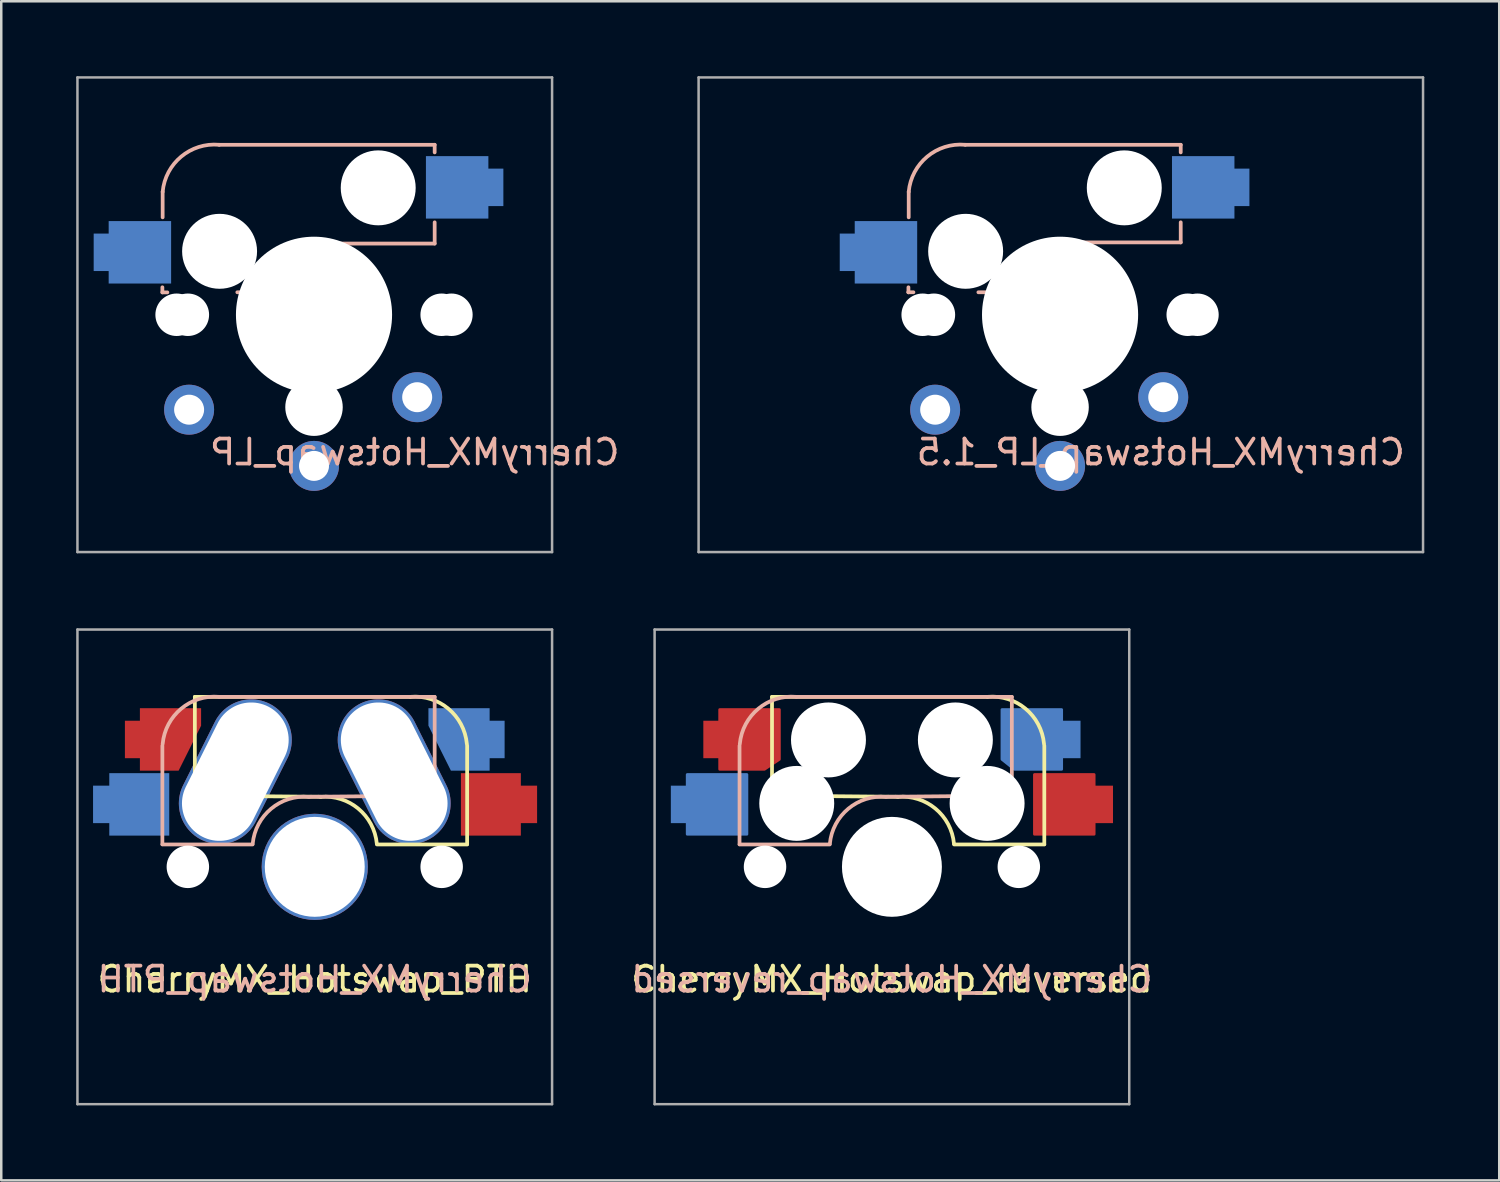
<source format=kicad_pcb>
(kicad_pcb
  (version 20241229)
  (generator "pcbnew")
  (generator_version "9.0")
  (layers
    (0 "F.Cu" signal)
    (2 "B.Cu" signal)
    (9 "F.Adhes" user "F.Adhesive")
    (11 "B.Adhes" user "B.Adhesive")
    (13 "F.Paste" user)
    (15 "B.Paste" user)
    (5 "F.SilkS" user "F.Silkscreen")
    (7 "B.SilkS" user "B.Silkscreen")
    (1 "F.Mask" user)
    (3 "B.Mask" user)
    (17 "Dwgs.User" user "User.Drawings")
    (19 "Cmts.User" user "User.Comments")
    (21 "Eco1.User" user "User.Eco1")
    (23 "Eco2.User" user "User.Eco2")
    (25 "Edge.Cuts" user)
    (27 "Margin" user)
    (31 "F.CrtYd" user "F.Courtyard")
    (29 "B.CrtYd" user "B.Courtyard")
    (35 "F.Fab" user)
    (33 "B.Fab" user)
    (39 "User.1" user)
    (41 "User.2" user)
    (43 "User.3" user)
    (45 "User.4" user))
  (footprint "CherryMX_Hotswap_LP_1.5"
    (layer "F.Cu")
    (at 39.415 9.55)
    (property "Reference" "CherryMX_Hotswap_LP_1.5" (at 4 5.5 0) (layer "B.SilkS") (effects (font (size 1 1) (thickness 0.15)) (justify mirror)))
    (attr through_hole)
    (fp_line (start -6.1 -0.9) (end -6.1 -1.1) (stroke (width 0.15) (type solid)) (layer "B.SilkS"))
    (fp_line (start -6.1 -0.9) (end -6.1 -0.9) (stroke (width 0.15) (type solid)) (layer "B.SilkS"))
    (fp_line (start -6.1 -0.9) (end -5.9 -0.9) (stroke (width 0.15) (type solid)) (layer "B.SilkS"))
    (fp_line (start -6.089 -4.92) (end -6.089 -3.9) (stroke (width 0.15) (type solid)) (layer "B.SilkS"))
    (fp_line (start -2.485 -0.9) (end -3.3 -0.9) (stroke (width 0.15) (type solid)) (layer "B.SilkS"))
    (fp_line (start 4.8 -6.804) (end -3.825 -6.804) (stroke (width 0.15) (type solid)) (layer "B.SilkS"))
    (fp_line (start 4.8 -6.804) (end 4.8 -6.5) (stroke (width 0.15) (type solid)) (layer "B.SilkS"))
    (fp_line (start 4.8 -2.896) (end -0.3 -2.896) (stroke (width 0.15) (type solid)) (layer "B.SilkS"))
    (fp_line (start 4.8 -2.896) (end 4.8 -3.7) (stroke (width 0.15) (type solid)) (layer "B.SilkS"))
    (fp_arc (start -6.089 -4.92) (mid -5.347189 -6.33089) (end -3.825 -6.804) (stroke (width 0.15) (type solid)) (layer "B.SilkS"))
    (fp_arc (start -2.484999 -0.9) (mid -1.784798 -2.327445) (end -0.3 -2.896) (stroke (width 0.15) (type solid)) (layer "B.SilkS"))
    (fp_line (start -7 -7) (end 7 -7) (stroke (width 0.15) (type solid)) (layer "Eco2.User"))
    (fp_line (start -7 7) (end -7 -7) (stroke (width 0.15) (type solid)) (layer "Eco2.User"))
    (fp_line (start 7 -7) (end 7 7) (stroke (width 0.15) (type solid)) (layer "Eco2.User"))
    (fp_line (start 7 7) (end -7 7) (stroke (width 0.15) (type solid)) (layer "Eco2.User"))
    (fp_line (start -14.5 -9.5) (end 14.5 -9.5) (stroke (width 0.1) (type solid)) (layer "F.Fab"))
    (fp_line (start -14.5 9.5) (end -14.5 -9.5) (stroke (width 0.1) (type solid)) (layer "F.Fab"))
    (fp_line (start 14.5 -9.5) (end 14.5 9.5) (stroke (width 0.1) (type solid)) (layer "F.Fab"))
    (fp_line (start 14.5 9.5) (end -14.5 9.5) (stroke (width 0.1) (type solid)) (layer "F.Fab"))
    (pad "" np_thru_hole circle (at -5.53 0 41.9) (size 1.7 1.7) (drill 1.7) (layers "*.Cu" "*.Mask"))
    (pad "" np_thru_hole circle (at -5.08 0) (size 1.7 1.7) (drill 1.7) (layers "*.Cu" "*.Mask"))
    (pad "" np_thru_hole circle (at -3.81 -2.54 180) (size 3 3) (drill 3) (layers "*.Cu" "*.Mask"))
    (pad "" np_thru_hole circle (at -0.03 0 180) (size 6.25 6.25) (drill 6.25) (layers "*.Cu" "*.Mask"))
    (pad "" np_thru_hole circle (at -0.03 3.7 180) (size 2.3 2.3) (drill 2.3) (layers "*.Cu" "*.Mask"))
    (pad "" np_thru_hole circle (at 2.54 -5.08 180) (size 3 3) (drill 3) (layers "*.Cu" "*.Mask"))
    (pad "" np_thru_hole circle (at 5.08 0) (size 1.7 1.7) (drill 1.7) (layers "*.Cu" "*.Mask"))
    (pad "" np_thru_hole circle (at 5.47 0 41.9) (size 1.7 1.7) (drill 1.7) (layers "*.Cu" "*.Mask"))
    (pad "1" smd custom (at -7 -2.5) (size 2.5 2.5) (layers "B.Cu" "B.Mask" "B.Paste") (options (anchor rect)) (primitives (gr_poly (pts (xy -1.85 -0.75) (xy -1.25 -0.75) (xy -1.25 0.75) (xy -1.85 0.75)) (width 0) (fill yes))))
    (pad "1" thru_hole circle (at -0.03 6.05 180) (size 2 2) (drill 1.2) (layers "*.Cu" "*.Mask"))
    (pad "2" thru_hole circle (at -5.03 3.8 41.9) (size 2 2) (drill 1.2) (layers "*.Cu" "*.Mask"))
    (pad "2" thru_hole circle (at 4.1 3.3 41.9) (size 2 2) (drill 1.2) (layers "*.Cu" "*.Mask"))
    (pad "2" smd custom (at 5.7 -5.1 180) (size 2.5 2.5) (layers "B.Cu" "B.Mask" "B.Paste") (options (anchor rect)) (primitives (gr_poly (pts (xy -1.85 -0.75) (xy -1.25 -0.75) (xy -1.25 0.75) (xy -1.85 0.75)) (width 0) (fill yes)))))
  (footprint "CherryMX_Hotswap_PTH"
    (layer "F.Cu")
    (at 9.55 31.65)
    (property "Reference" "CherryMX_Hotswap_PTH" (at 0 4.5 0) (layer "F.SilkS") (effects (font (size 1 1) (thickness 0.15))))
    (attr through_hole)
    (fp_line (start -4.8 -6.804) (end 3.825 -6.804) (stroke (width 0.15) (type solid)) (layer "F.SilkS"))
    (fp_line (start -4.8 -2.896) (end -4.8 -6.804) (stroke (width 0.15) (type solid)) (layer "F.SilkS"))
    (fp_line (start -4.8 -2.85) (end 0.25 -2.804) (stroke (width 0.15) (type solid)) (layer "F.SilkS"))
    (fp_line (start 6.1 -4.85) (end 6.1 -0.905) (stroke (width 0.15) (type solid)) (layer "F.SilkS"))
    (fp_line (start 6.1 -0.896) (end 2.49 -0.896) (stroke (width 0.15) (type solid)) (layer "F.SilkS"))
    (fp_arc (start 0.225 -2.8) (mid 1.744361 -2.328062) (end 2.485001 -0.920001) (stroke (width 0.15) (type solid)) (layer "F.SilkS"))
    (fp_arc (start 3.825 -6.804) (mid 5.347189 -6.33089) (end 6.089 -4.92) (stroke (width 0.15) (type solid)) (layer "F.SilkS"))
    (fp_line (start -6.1 -4.85) (end -6.1 -0.905) (stroke (width 0.15) (type solid)) (layer "B.SilkS"))
    (fp_line (start -6.1 -0.896) (end -2.49 -0.896) (stroke (width 0.15) (type solid)) (layer "B.SilkS"))
    (fp_line (start 4.8 -6.804) (end -3.825 -6.804) (stroke (width 0.15) (type solid)) (layer "B.SilkS"))
    (fp_line (start 4.8 -2.896) (end 4.8 -6.804) (stroke (width 0.15) (type solid)) (layer "B.SilkS"))
    (fp_line (start 4.8 -2.85) (end -0.25 -2.804) (stroke (width 0.15) (type solid)) (layer "B.SilkS"))
    (fp_arc (start -6.089 -4.92) (mid -5.347189 -6.33089) (end -3.825 -6.804) (stroke (width 0.15) (type solid)) (layer "B.SilkS"))
    (fp_arc (start -2.484999 -0.920001) (mid -1.74436 -2.328062) (end -0.225 -2.8) (stroke (width 0.15) (type solid)) (layer "B.SilkS"))
    (fp_line (start -7 -7) (end 7 -7) (stroke (width 0.15) (type solid)) (layer "Eco2.User"))
    (fp_line (start -7 7) (end -7 -7) (stroke (width 0.15) (type solid)) (layer "Eco2.User"))
    (fp_line (start 7 -7) (end 7 7) (stroke (width 0.15) (type solid)) (layer "Eco2.User"))
    (fp_line (start 7 7) (end -7 7) (stroke (width 0.15) (type solid)) (layer "Eco2.User"))
    (fp_line (start -9.5 -9.5) (end 9.5 -9.5) (stroke (width 0.1) (type solid)) (layer "F.Fab"))
    (fp_line (start -9.5 9.5) (end -9.5 -9.5) (stroke (width 0.1) (type solid)) (layer "F.Fab"))
    (fp_line (start 9.5 -9.5) (end 9.5 9.5) (stroke (width 0.1) (type solid)) (layer "F.Fab"))
    (fp_line (start 9.5 9.5) (end -9.5 9.5) (stroke (width 0.1) (type solid)) (layer "F.Fab"))
    (fp_text user "${REFERENCE}" (at 0 4.5 0) (unlocked yes) (layer "B.SilkS") (effects (font (size 1 1) (thickness 0.15)) (justify mirror)))
    (pad "" np_thru_hole circle (at -5.08 0) (size 1.7 1.7) (drill 1.7) (layers "*.Cu" "*.Mask"))
    (pad "" thru_hole oval (at -3.18 -3.81 333.4) (size 3.25 6.09) (drill oval 3 5.84) (layers "*.Cu" "*.Mask"))
    (pad "" thru_hole circle (at 0 0 90) (size 4.25 4.25) (drill 4) (layers "*.Cu" "*.Mask"))
    (pad "" thru_hole oval (at 3.18 -3.81 26.6) (size 3.25 6.09) (drill oval 3 5.84) (layers "*.Cu" "*.Mask"))
    (pad "" np_thru_hole circle (at 5.08 0) (size 1.7 1.7) (drill 1.7) (layers "*.Cu" "*.Mask"))
    (pad "1" smd custom (at -7.025 -2.5) (size 2.4 2.5) (layers "B.Cu" "B.Mask" "B.Paste") (options (anchor rect)) (primitives (gr_poly (pts (xy -1.85 -0.75) (xy -1.2 -0.75) (xy -1.2 0.75) (xy -1.85 0.75)) (width 0) (fill yes))))
    (pad "1" smd custom (at -5.75 -5.1) (size 1 1) (layers "F.Cu" "F.Mask" "F.Paste") (options (anchor rect)) (primitives (gr_poly (pts (xy -1.25 -1.25) (xy 1.2 -1.25) (xy 1.2 -0.55) (xy 0.3 1.25) (xy -1.25 1.25)) (width 0) (fill yes)) (gr_poly (pts (xy -1.85 -0.75) (xy -1.25 -0.75) (xy -1.25 0.75) (xy -1.85 0.75)) (width 0) (fill yes))))
    (pad "2" smd custom (at 5.75 -5.1) (size 1 1) (layers "B.Cu" "B.Mask" "B.Paste") (options (anchor rect)) (primitives (gr_poly (pts (xy 1.25 -1.25) (xy -1.2 -1.25) (xy -1.2 -0.55) (xy -0.3 1.25) (xy 1.25 1.25)) (width 0) (fill yes)) (gr_poly (pts (xy 1.85 -0.75) (xy 1.25 -0.75) (xy 1.25 0.75) (xy 1.85 0.75)) (width 0) (fill yes))))
    (pad "2" smd custom (at 7.05 -2.5) (size 2.4 2.5) (layers "F.Cu" "F.Mask" "F.Paste") (options (anchor rect)) (primitives (gr_poly (pts (xy 1.85 -0.75) (xy 1.2 -0.75) (xy 1.2 0.75) (xy 1.85 0.75)) (width 0) (fill yes)))))
  (footprint "CherryMX_Hotswap_reversed"
    (layer "F.Cu")
    (at 32.654 31.65)
    (property "Reference" "CherryMX_Hotswap_reversed" (at 0 4.5 0) (layer "F.SilkS") (effects (font (size 1 1) (thickness 0.15))))
    (attr through_hole)
    (fp_line (start -4.8 -6.804) (end 3.825 -6.804) (stroke (width 0.15) (type solid)) (layer "F.SilkS"))
    (fp_line (start -4.8 -2.896) (end -4.8 -6.804) (stroke (width 0.15) (type solid)) (layer "F.SilkS"))
    (fp_line (start -4.8 -2.85) (end 0.25 -2.804) (stroke (width 0.15) (type solid)) (layer "F.SilkS"))
    (fp_line (start 6.1 -4.85) (end 6.1 -0.905) (stroke (width 0.15) (type solid)) (layer "F.SilkS"))
    (fp_line (start 6.1 -0.896) (end 2.49 -0.896) (stroke (width 0.15) (type solid)) (layer "F.SilkS"))
    (fp_arc (start 0.225 -2.8) (mid 1.744361 -2.328062) (end 2.485001 -0.920001) (stroke (width 0.15) (type solid)) (layer "F.SilkS"))
    (fp_arc (start 3.825 -6.804) (mid 5.347189 -6.33089) (end 6.089 -4.92) (stroke (width 0.15) (type solid)) (layer "F.SilkS"))
    (fp_line (start -6.1 -4.85) (end -6.1 -0.905) (stroke (width 0.15) (type solid)) (layer "B.SilkS"))
    (fp_line (start -6.1 -0.896) (end -2.49 -0.896) (stroke (width 0.15) (type solid)) (layer "B.SilkS"))
    (fp_line (start 4.8 -6.804) (end -3.825 -6.804) (stroke (width 0.15) (type solid)) (layer "B.SilkS"))
    (fp_line (start 4.8 -2.896) (end 4.8 -6.804) (stroke (width 0.15) (type solid)) (layer "B.SilkS"))
    (fp_line (start 4.8 -2.85) (end -0.25 -2.804) (stroke (width 0.15) (type solid)) (layer "B.SilkS"))
    (fp_arc (start -6.089 -4.92) (mid -5.347189 -6.33089) (end -3.825 -6.804) (stroke (width 0.15) (type solid)) (layer "B.SilkS"))
    (fp_arc (start -2.484999 -0.920001) (mid -1.74436 -2.328062) (end -0.225 -2.8) (stroke (width 0.15) (type solid)) (layer "B.SilkS"))
    (fp_line (start -7 -7) (end 7 -7) (stroke (width 0.15) (type solid)) (layer "Eco2.User"))
    (fp_line (start -7 7) (end -7 -7) (stroke (width 0.15) (type solid)) (layer "Eco2.User"))
    (fp_line (start 7 -7) (end 7 7) (stroke (width 0.15) (type solid)) (layer "Eco2.User"))
    (fp_line (start 7 7) (end -7 7) (stroke (width 0.15) (type solid)) (layer "Eco2.User"))
    (fp_line (start -9.5 -9.5) (end 9.5 -9.5) (stroke (width 0.1) (type solid)) (layer "F.Fab"))
    (fp_line (start -9.5 9.5) (end -9.5 -9.5) (stroke (width 0.1) (type solid)) (layer "F.Fab"))
    (fp_line (start 9.5 -9.5) (end 9.5 9.5) (stroke (width 0.1) (type solid)) (layer "F.Fab"))
    (fp_line (start 9.5 9.5) (end -9.5 9.5) (stroke (width 0.1) (type solid)) (layer "F.Fab"))
    (fp_text user "${REFERENCE}" (at 0 4.5 0) (unlocked yes) (layer "B.SilkS") (effects (font (size 1 1) (thickness 0.15)) (justify mirror)))
    (pad "" np_thru_hole circle (at -5.08 0) (size 1.7 1.7) (drill 1.7) (layers "*.Cu" "*.Mask"))
    (pad "" np_thru_hole circle (at -3.81 -2.54 180) (size 3 3) (drill 3) (layers "*.Cu" "*.Mask"))
    (pad "" np_thru_hole circle (at -2.54 -5.08 180) (size 3 3) (drill 3) (layers "*.Cu" "*.Mask"))
    (pad "" np_thru_hole circle (at 0 0 90) (size 4 4) (drill 4) (layers "*.Cu" "*.Mask"))
    (pad "" np_thru_hole circle (at 2.54 -5.08 180) (size 3 3) (drill 3) (layers "*.Cu" "*.Mask"))
    (pad "" np_thru_hole circle (at 3.81 -2.54 180) (size 3 3) (drill 3) (layers "*.Cu" "*.Mask"))
    (pad "" np_thru_hole circle (at 5.08 0) (size 1.7 1.7) (drill 1.7) (layers "*.Cu" "*.Mask"))
    (pad "1" smd custom (at -8.5 -2.5) (size 0.7 1.5) (layers "B.Cu" "B.Mask" "B.Paste") (options (anchor rect)) (primitives (gr_poly (pts (xy 0.3 -1.2) (xy 2.7 -1.2) (xy 2.7 1.2) (xy 0.3 1.2)) (width 0.1) (fill yes))))
    (pad "1" smd custom (at -7.2 -5.1) (size 0.7 1.5) (layers "F.Cu" "F.Mask" "F.Paste") (options (anchor rect)) (primitives (gr_poly (pts (xy 0.3 -1.2) (xy 0.3 1.2) (xy 2.1 1.2) (xy 2.7 0.8) (xy 2.7 -1.2)) (width 0.1) (fill yes))))
    (pad "2" smd custom (at 7.2 -5.1) (size 0.7 1.5) (layers "B.Cu" "B.Mask" "B.Paste") (options (anchor rect)) (primitives (gr_poly (pts (xy -0.4 -1.2) (xy -2.8 -1.2) (xy -2.8 0.8) (xy -2.3 1.2) (xy -0.4 1.2)) (width 0.1) (fill yes))))
    (pad "2" smd custom (at 8.5 -2.5) (size 0.7 1.5) (layers "F.Cu" "F.Mask" "F.Paste") (options (anchor rect)) (primitives (gr_poly (pts (xy -2.8 -1.2) (xy -0.4 -1.2) (xy -0.4 1.2) (xy -2.8 1.2)) (width 0.1) (fill yes)))))
  (footprint "CherryMX_Hotswap_LP"
    (layer "F.Cu")
    (at 9.55 9.55)
    (property "Reference" "CherryMX_Hotswap_LP" (at 4 5.5 0) (layer "B.SilkS") (effects (font (size 1 1) (thickness 0.15)) (justify mirror)))
    (attr through_hole)
    (fp_line (start -6.1 -0.896) (end -6.1 -1.1) (stroke (width 0.15) (type solid)) (layer "B.SilkS"))
    (fp_line (start -6.1 -0.896) (end -5.9 -0.896) (stroke (width 0.15) (type solid)) (layer "B.SilkS"))
    (fp_line (start -6.089 -4.92) (end -6.089 -3.9) (stroke (width 0.15) (type solid)) (layer "B.SilkS"))
    (fp_line (start -2.485 -0.9) (end -3.1 -0.9) (stroke (width 0.15) (type solid)) (layer "B.SilkS"))
    (fp_line (start 4.8 -6.804) (end -3.825 -6.804) (stroke (width 0.15) (type solid)) (layer "B.SilkS"))
    (fp_line (start 4.8 -6.804) (end 4.8 -6.5) (stroke (width 0.15) (type solid)) (layer "B.SilkS"))
    (fp_line (start 4.8 -2.85) (end -0.5 -2.85) (stroke (width 0.15) (type solid)) (layer "B.SilkS"))
    (fp_line (start 4.8 -2.85) (end 4.8 -3.7) (stroke (width 0.15) (type solid)) (layer "B.SilkS"))
    (fp_arc (start -6.089 -4.92) (mid -5.347189 -6.33089) (end -3.825 -6.804) (stroke (width 0.15) (type solid)) (layer "B.SilkS"))
    (fp_arc (start -2.484999 -0.9) (mid -1.855638 -2.244656) (end -0.5 -2.85) (stroke (width 0.15) (type solid)) (layer "B.SilkS"))
    (fp_line (start -7 -7) (end 7 -7) (stroke (width 0.15) (type solid)) (layer "Eco2.User"))
    (fp_line (start -7 7) (end -7 -7) (stroke (width 0.15) (type solid)) (layer "Eco2.User"))
    (fp_line (start 7 -7) (end 7 7) (stroke (width 0.15) (type solid)) (layer "Eco2.User"))
    (fp_line (start 7 7) (end -7 7) (stroke (width 0.15) (type solid)) (layer "Eco2.User"))
    (fp_line (start -9.5 -9.5) (end 9.5 -9.5) (stroke (width 0.1) (type solid)) (layer "F.Fab"))
    (fp_line (start -9.5 9.5) (end -9.5 -9.5) (stroke (width 0.1) (type solid)) (layer "F.Fab"))
    (fp_line (start 9.5 -9.5) (end 9.5 9.5) (stroke (width 0.1) (type solid)) (layer "F.Fab"))
    (fp_line (start 9.5 9.5) (end -9.5 9.5) (stroke (width 0.1) (type solid)) (layer "F.Fab"))
    (pad "" np_thru_hole circle (at -5.53 0 41.9) (size 1.7 1.7) (drill 1.7) (layers "*.Cu" "*.Mask"))
    (pad "" np_thru_hole circle (at -5.08 0) (size 1.7 1.7) (drill 1.7) (layers "*.Cu" "*.Mask"))
    (pad "" np_thru_hole circle (at -3.81 -2.54 180) (size 3 3) (drill 3) (layers "*.Cu" "*.Mask"))
    (pad "" np_thru_hole circle (at -0.03 0 180) (size 6.25 6.25) (drill 6.25) (layers "*.Cu" "*.Mask"))
    (pad "" np_thru_hole circle (at -0.03 3.7 180) (size 2.3 2.3) (drill 2.3) (layers "*.Cu" "*.Mask"))
    (pad "" np_thru_hole circle (at 0 0 90) (size 4 4) (drill 4) (layers "*.Cu" "*.Mask"))
    (pad "" np_thru_hole circle (at 2.54 -5.08 180) (size 3 3) (drill 3) (layers "*.Cu" "*.Mask"))
    (pad "" np_thru_hole circle (at 5.08 0) (size 1.7 1.7) (drill 1.7) (layers "*.Cu" "*.Mask"))
    (pad "" np_thru_hole circle (at 5.47 0 41.9) (size 1.7 1.7) (drill 1.7) (layers "*.Cu" "*.Mask"))
    (pad "1" smd custom (at -7 -2.5) (size 2.5 2.5) (layers "B.Cu" "B.Mask" "B.Paste") (options (anchor rect)) (primitives (gr_poly (pts (xy -1.85 -0.75) (xy -1.25 -0.75) (xy -1.25 0.75) (xy -1.85 0.75)) (width 0) (fill yes))))
    (pad "1" thru_hole circle (at -0.03 6.05 180) (size 2 2) (drill 1.2) (layers "*.Cu" "B.Mask"))
    (pad "2" thru_hole circle (at -5.03 3.8 41.9) (size 2 2) (drill 1.2) (layers "*.Cu" "B.Mask"))
    (pad "2" thru_hole circle (at 4.1 3.3 41.9) (size 2 2) (drill 1.2) (layers "*.Cu" "B.Mask"))
    (pad "2" smd custom (at 5.7 -5.1 180) (size 2.5 2.5) (layers "B.Cu" "B.Mask" "B.Paste") (options (anchor rect)) (primitives (gr_poly (pts (xy -1.85 -0.75) (xy -1.25 -0.75) (xy -1.25 0.75) (xy -1.85 0.75)) (width 0) (fill yes)))))
  (gr_rect
    (start -3 -3)
    (end 56.965 44.2)
    (stroke (width 0.1) (type default))
    (fill no)
    (layer "Edge.Cuts")))
</source>
